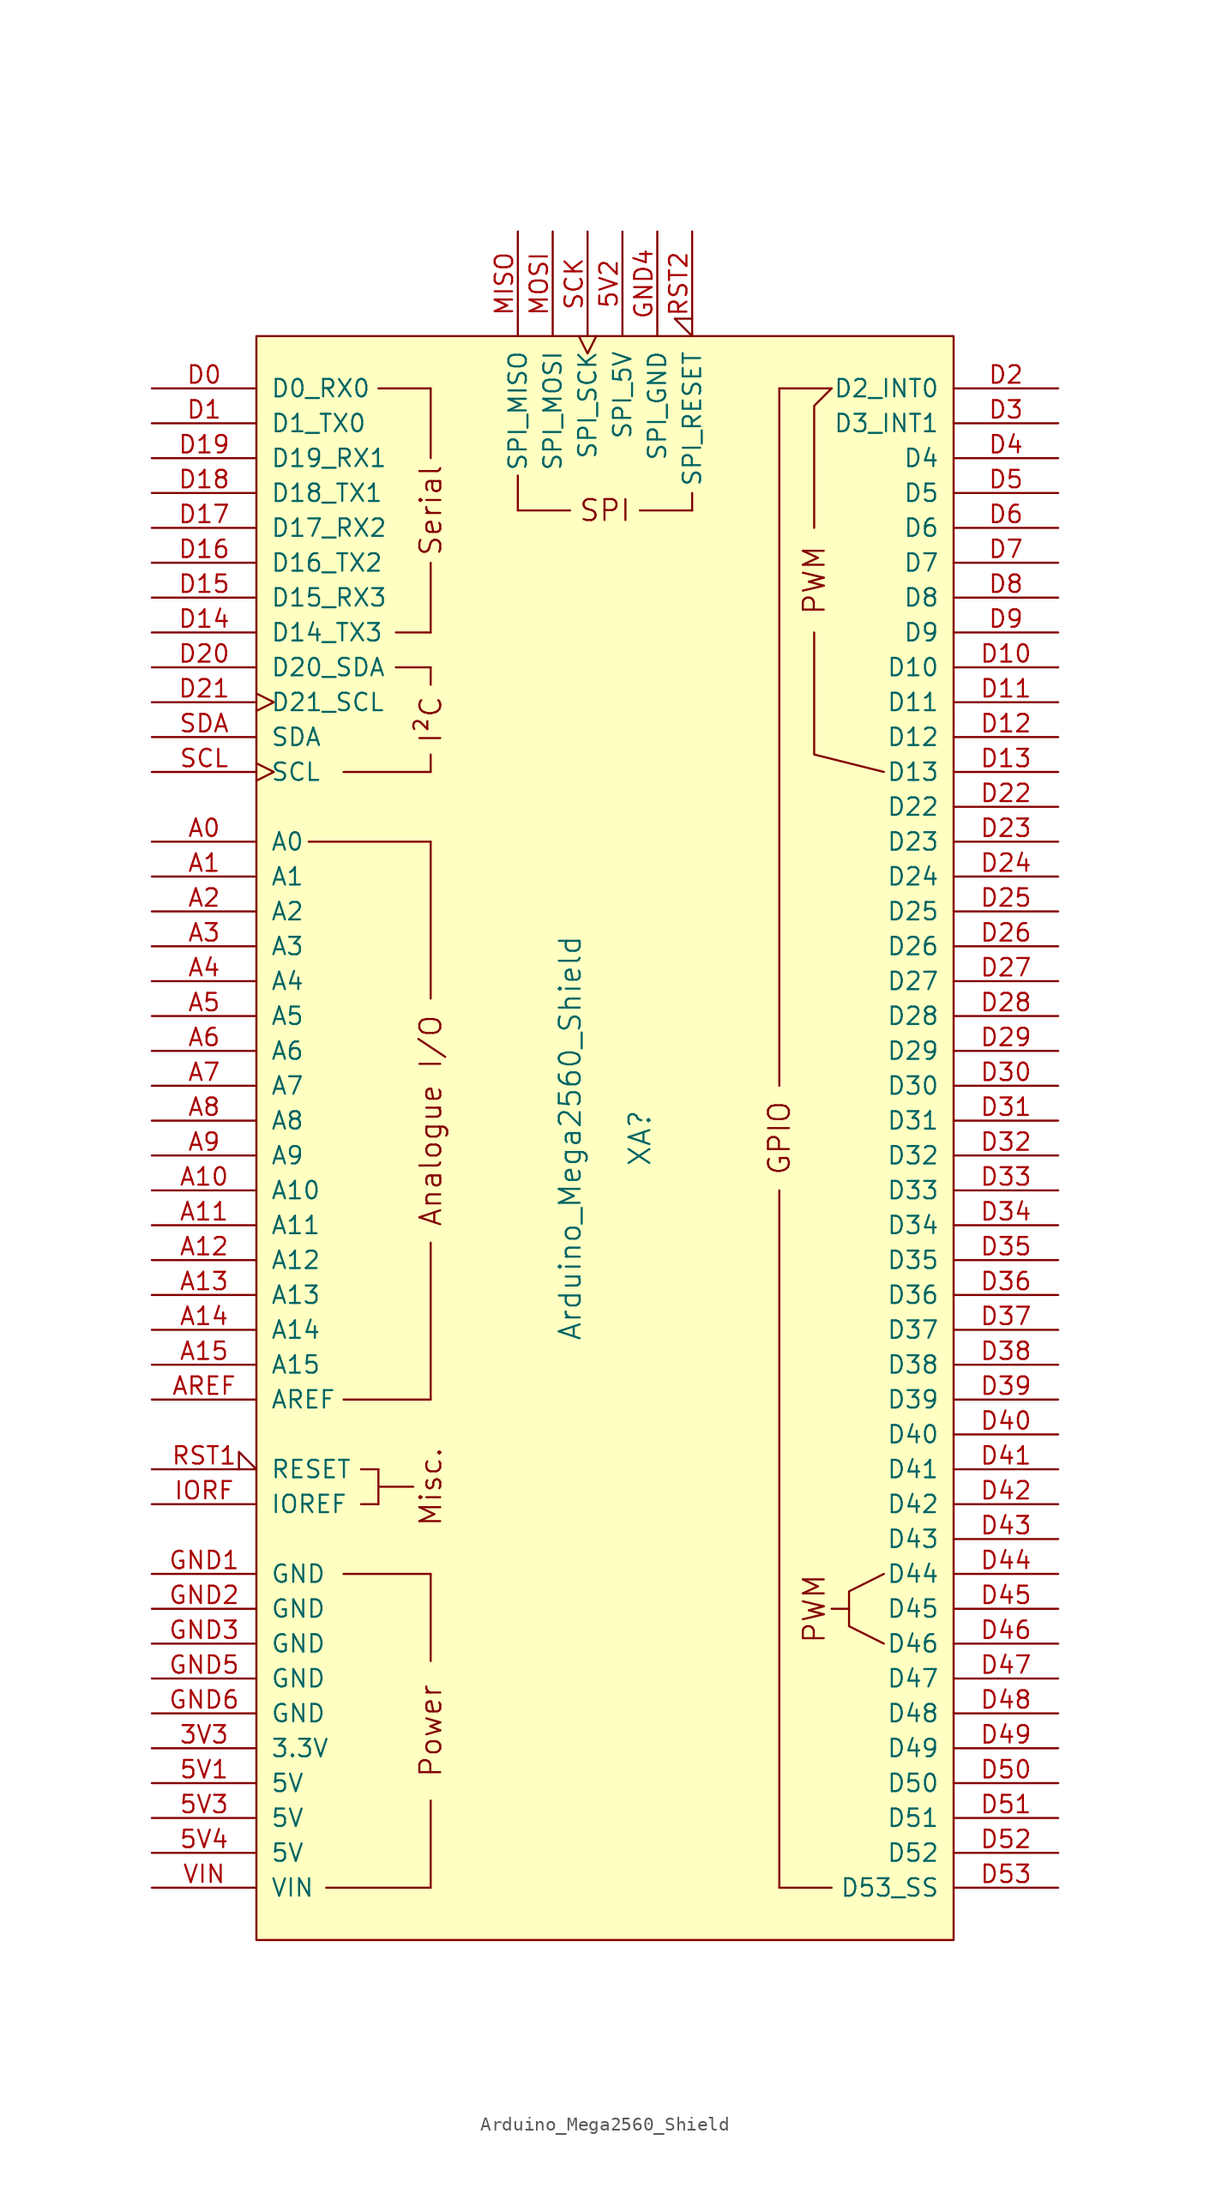
<source format=kicad_sym>
(kicad_symbol_lib
  (version 20231120)
  (generator "kicad_symbol_editor")
  (generator_version "8.0")
  (symbol "Arduino_Mega2560_Shield"
    (pin_names
      (offset 1.016))
    (property "Reference" "XA"
      (at 2.54 0 90)
      (effects (font (size 1.524 1.524))))
    (property "Value" "Arduino_Mega2560_Shield"
      (at -2.54 0 90)
      (effects (font (size 1.524 1.524))))
    (symbol "Arduino_Mega2560_Shield_0_0"
      (rectangle (start -25.4 -58.42) (end 25.4 58.42) (stroke (width 0) (type solid)) (fill (type background)))
      (rectangle (start -20.32 -54.61) (end -12.7 -54.61) (stroke (width 0) (type solid)) (fill (type none)))
      (rectangle (start -19.05 -31.75) (end -12.7 -31.75) (stroke (width 0) (type solid)) (fill (type none)))
      (rectangle (start -19.05 -19.05) (end -12.7 -19.05) (stroke (width 0) (type solid)) (fill (type none)))
      (rectangle (start -19.05 26.67) (end -12.7 26.67) (stroke (width 0) (type solid)) (fill (type none)))
      (rectangle (start -17.78 -26.67) (end -16.51 -26.67) (stroke (width 0) (type solid)) (fill (type none)))
      (rectangle (start -17.78 -24.13) (end -16.51 -24.13) (stroke (width 0) (type solid)) (fill (type none)))
      (rectangle (start -16.51 -25.4) (end -13.97 -25.4) (stroke (width 0) (type solid)) (fill (type none)))
      (rectangle (start -16.51 -24.13) (end -16.51 -26.67) (stroke (width 0) (type solid)) (fill (type none)))
      (rectangle (start -16.51 54.61) (end -12.7 54.61) (stroke (width 0) (type solid)) (fill (type none)))
      (rectangle (start -15.24 34.29) (end -12.7 34.29) (stroke (width 0) (type solid)) (fill (type none)))
      (rectangle (start -15.24 36.83) (end -12.7 36.83) (stroke (width 0) (type solid)) (fill (type none)))
      (rectangle (start -12.7 -54.61) (end -12.7 -48.26) (stroke (width 0) (type solid)) (fill (type none)))
      (rectangle (start -12.7 -31.75) (end -12.7 -38.1) (stroke (width 0) (type solid)) (fill (type none)))
      (rectangle (start -12.7 26.67) (end -12.7 27.94) (stroke (width 0) (type solid)) (fill (type none)))
      (rectangle (start -12.7 34.29) (end -12.7 33.02) (stroke (width 0) (type solid)) (fill (type none)))
      (rectangle (start -12.7 41.91) (end -12.7 36.83) (stroke (width 0) (type solid)) (fill (type none)))
      (rectangle (start -12.7 49.53) (end -12.7 54.61) (stroke (width 0) (type solid)) (fill (type none)))
      (rectangle (start -6.35 48.26) (end -6.35 45.72) (stroke (width 0) (type solid)) (fill (type none)))
      (rectangle (start -2.54 45.72) (end -6.35 45.72) (stroke (width 0) (type solid)) (fill (type none)))
      (polyline (pts (xy -21.59 21.59) (xy -12.7 21.59)) (stroke (width 0) (type solid)) (fill (type none)))
      (polyline (pts (xy -12.7 -19.05) (xy -12.7 -7.62)) (stroke (width 0) (type solid)) (fill (type none)))
      (polyline (pts (xy -12.7 10.16) (xy -12.7 21.59)) (stroke (width 0) (type solid)) (fill (type none)))
      (polyline (pts (xy 12.7 -54.61) (xy 16.51 -54.61)) (stroke (width 0) (type solid)) (fill (type none)))
      (polyline (pts (xy 12.7 54.61) (xy 16.51 54.61)) (stroke (width 0) (type solid)) (fill (type none)))
      (polyline (pts (xy 17.78 -34.29) (xy 16.51 -34.29)) (stroke (width 0) (type solid)) (fill (type none)))
      (polyline (pts (xy 15.24 36.83) (xy 15.24 27.94) (xy 20.32 26.67)) (stroke (width 0) (type solid)) (fill (type none)))
      (polyline (pts (xy 15.24 44.45) (xy 15.24 53.34) (xy 16.51 54.61)) (stroke (width 0) (type solid)) (fill (type none)))
      (polyline (pts (xy 20.32 -31.75) (xy 17.78 -33.02) (xy 17.78 -35.56) (xy 20.32 -36.83)) (stroke (width 0) (type solid)) (fill (type none)))
      (rectangle (start 6.35 45.72) (end 2.54 45.72) (stroke (width 0) (type solid)) (fill (type none)))
      (rectangle (start 6.35 46.99) (end 6.35 45.72) (stroke (width 0) (type solid)) (fill (type none)))
      (text "Analogue I/O" (at -12.7 1.27 900) (effects (font (size 1.524 1.524))))
      (text "I²C" (at -12.7 30.48 900) (effects (font (size 1.524 1.524))))
      (text "Misc." (at -12.7 -25.4 900) (effects (font (size 1.524 1.524))))
      (text "Power" (at -12.7 -43.18 900) (effects (font (size 1.524 1.524))))
      (text "PWM" (at 15.24 -34.29 900) (effects (font (size 1.524 1.524))))
      (text "PWM" (at 15.24 40.64 900) (effects (font (size 1.524 1.524))))
      (text "Serial" (at -12.7 45.72 900) (effects (font (size 1.524 1.524))))
      (text "SPI" (at 0 45.72 0) (effects (font (size 1.524 1.524)))))
    (symbol "Arduino_Mega2560_Shield_1_0"
      (rectangle (start 12.7 -54.61) (end 12.7 -3.81) (stroke (width 0) (type solid)) (fill (type none)))
      (rectangle (start 12.7 54.61) (end 12.7 3.81) (stroke (width 0) (type solid)) (fill (type none)))
      (text "GPIO" (at 12.7 0 900) (effects (font (size 1.524 1.524)))))
    (symbol "Arduino_Mega2560_Shield_1_1"
      (pin power_in line (at -33.02 -44.45 0) (length 7.62) (name "3.3V" (effects (font (size 1.27 1.27)))) (number "3V3" (effects (font (size 1.27 1.27)))))
      (pin power_in line (at -33.02 -46.99 0) (length 7.62) (name "5V" (effects (font (size 1.27 1.27)))) (number "5V1" (effects (font (size 1.27 1.27)))))
      (pin power_in line (at 1.27 66.04 270) (length 7.62) (name "SPI_5V" (effects (font (size 1.27 1.27)))) (number "5V2" (effects (font (size 1.27 1.27)))))
      (pin power_in line (at -33.02 -49.53 0) (length 7.62) (name "5V" (effects (font (size 1.27 1.27)))) (number "5V3" (effects (font (size 1.27 1.27)))))
      (pin power_in line (at -33.02 -52.07 0) (length 7.62) (name "5V" (effects (font (size 1.27 1.27)))) (number "5V4" (effects (font (size 1.27 1.27)))))
      (pin bidirectional line (at -33.02 21.59 0) (length 7.62) (name "A0" (effects (font (size 1.27 1.27)))) (number "A0" (effects (font (size 1.27 1.27)))))
      (pin bidirectional line (at -33.02 19.05 0) (length 7.62) (name "A1" (effects (font (size 1.27 1.27)))) (number "A1" (effects (font (size 1.27 1.27)))))
      (pin bidirectional line (at -33.02 -3.81 0) (length 7.62) (name "A10" (effects (font (size 1.27 1.27)))) (number "A10" (effects (font (size 1.27 1.27)))))
      (pin bidirectional line (at -33.02 -6.35 0) (length 7.62) (name "A11" (effects (font (size 1.27 1.27)))) (number "A11" (effects (font (size 1.27 1.27)))))
      (pin bidirectional line (at -33.02 -8.89 0) (length 7.62) (name "A12" (effects (font (size 1.27 1.27)))) (number "A12" (effects (font (size 1.27 1.27)))))
      (pin bidirectional line (at -33.02 -11.43 0) (length 7.62) (name "A13" (effects (font (size 1.27 1.27)))) (number "A13" (effects (font (size 1.27 1.27)))))
      (pin bidirectional line (at -33.02 -13.97 0) (length 7.62) (name "A14" (effects (font (size 1.27 1.27)))) (number "A14" (effects (font (size 1.27 1.27)))))
      (pin bidirectional line (at -33.02 -16.51 0) (length 7.62) (name "A15" (effects (font (size 1.27 1.27)))) (number "A15" (effects (font (size 1.27 1.27)))))
      (pin bidirectional line (at -33.02 16.51 0) (length 7.62) (name "A2" (effects (font (size 1.27 1.27)))) (number "A2" (effects (font (size 1.27 1.27)))))
      (pin bidirectional line (at -33.02 13.97 0) (length 7.62) (name "A3" (effects (font (size 1.27 1.27)))) (number "A3" (effects (font (size 1.27 1.27)))))
      (pin bidirectional line (at -33.02 11.43 0) (length 7.62) (name "A4" (effects (font (size 1.27 1.27)))) (number "A4" (effects (font (size 1.27 1.27)))))
      (pin bidirectional line (at -33.02 8.89 0) (length 7.62) (name "A5" (effects (font (size 1.27 1.27)))) (number "A5" (effects (font (size 1.27 1.27)))))
      (pin bidirectional line (at -33.02 6.35 0) (length 7.62) (name "A6" (effects (font (size 1.27 1.27)))) (number "A6" (effects (font (size 1.27 1.27)))))
      (pin bidirectional line (at -33.02 3.81 0) (length 7.62) (name "A7" (effects (font (size 1.27 1.27)))) (number "A7" (effects (font (size 1.27 1.27)))))
      (pin bidirectional line (at -33.02 1.27 0) (length 7.62) (name "A8" (effects (font (size 1.27 1.27)))) (number "A8" (effects (font (size 1.27 1.27)))))
      (pin bidirectional line (at -33.02 -1.27 0) (length 7.62) (name "A9" (effects (font (size 1.27 1.27)))) (number "A9" (effects (font (size 1.27 1.27)))))
      (pin input line (at -33.02 -19.05 0) (length 7.62) (name "AREF" (effects (font (size 1.27 1.27)))) (number "AREF" (effects (font (size 1.27 1.27)))))
      (pin bidirectional line (at -33.02 54.61 0) (length 7.62) (name "D0_RX0" (effects (font (size 1.27 1.27)))) (number "D0" (effects (font (size 1.27 1.27)))))
      (pin bidirectional line (at -33.02 52.07 0) (length 7.62) (name "D1_TX0" (effects (font (size 1.27 1.27)))) (number "D1" (effects (font (size 1.27 1.27)))))
      (pin bidirectional line (at 33.02 34.29 180) (length 7.62) (name "D10" (effects (font (size 1.27 1.27)))) (number "D10" (effects (font (size 1.27 1.27)))))
      (pin bidirectional line (at 33.02 31.75 180) (length 7.62) (name "D11" (effects (font (size 1.27 1.27)))) (number "D11" (effects (font (size 1.27 1.27)))))
      (pin bidirectional line (at 33.02 29.21 180) (length 7.62) (name "D12" (effects (font (size 1.27 1.27)))) (number "D12" (effects (font (size 1.27 1.27)))))
      (pin bidirectional line (at 33.02 26.67 180) (length 7.62) (name "D13" (effects (font (size 1.27 1.27)))) (number "D13" (effects (font (size 1.27 1.27)))))
      (pin bidirectional line (at -33.02 36.83 0) (length 7.62) (name "D14_TX3" (effects (font (size 1.27 1.27)))) (number "D14" (effects (font (size 1.27 1.27)))))
      (pin bidirectional line (at -33.02 39.37 0) (length 7.62) (name "D15_RX3" (effects (font (size 1.27 1.27)))) (number "D15" (effects (font (size 1.27 1.27)))))
      (pin bidirectional line (at -33.02 41.91 0) (length 7.62) (name "D16_TX2" (effects (font (size 1.27 1.27)))) (number "D16" (effects (font (size 1.27 1.27)))))
      (pin bidirectional line (at -33.02 44.45 0) (length 7.62) (name "D17_RX2" (effects (font (size 1.27 1.27)))) (number "D17" (effects (font (size 1.27 1.27)))))
      (pin bidirectional line (at -33.02 46.99 0) (length 7.62) (name "D18_TX1" (effects (font (size 1.27 1.27)))) (number "D18" (effects (font (size 1.27 1.27)))))
      (pin bidirectional line (at -33.02 49.53 0) (length 7.62) (name "D19_RX1" (effects (font (size 1.27 1.27)))) (number "D19" (effects (font (size 1.27 1.27)))))
      (pin bidirectional line (at 33.02 54.61 180) (length 7.62) (name "D2_INT0" (effects (font (size 1.27 1.27)))) (number "D2" (effects (font (size 1.27 1.27)))))
      (pin bidirectional line (at -33.02 34.29 0) (length 7.62) (name "D20_SDA" (effects (font (size 1.27 1.27)))) (number "D20" (effects (font (size 1.27 1.27)))))
      (pin bidirectional clock (at -33.02 31.75 0) (length 7.62) (name "D21_SCL" (effects (font (size 1.27 1.27)))) (number "D21" (effects (font (size 1.27 1.27)))))
      (pin bidirectional line (at 33.02 24.13 180) (length 7.62) (name "D22" (effects (font (size 1.27 1.27)))) (number "D22" (effects (font (size 1.27 1.27)))))
      (pin bidirectional line (at 33.02 21.59 180) (length 7.62) (name "D23" (effects (font (size 1.27 1.27)))) (number "D23" (effects (font (size 1.27 1.27)))))
      (pin bidirectional line (at 33.02 19.05 180) (length 7.62) (name "D24" (effects (font (size 1.27 1.27)))) (number "D24" (effects (font (size 1.27 1.27)))))
      (pin bidirectional line (at 33.02 16.51 180) (length 7.62) (name "D25" (effects (font (size 1.27 1.27)))) (number "D25" (effects (font (size 1.27 1.27)))))
      (pin bidirectional line (at 33.02 13.97 180) (length 7.62) (name "D26" (effects (font (size 1.27 1.27)))) (number "D26" (effects (font (size 1.27 1.27)))))
      (pin bidirectional line (at 33.02 11.43 180) (length 7.62) (name "D27" (effects (font (size 1.27 1.27)))) (number "D27" (effects (font (size 1.27 1.27)))))
      (pin bidirectional line (at 33.02 8.89 180) (length 7.62) (name "D28" (effects (font (size 1.27 1.27)))) (number "D28" (effects (font (size 1.27 1.27)))))
      (pin bidirectional line (at 33.02 6.35 180) (length 7.62) (name "D29" (effects (font (size 1.27 1.27)))) (number "D29" (effects (font (size 1.27 1.27)))))
      (pin bidirectional line (at 33.02 52.07 180) (length 7.62) (name "D3_INT1" (effects (font (size 1.27 1.27)))) (number "D3" (effects (font (size 1.27 1.27)))))
      (pin bidirectional line (at 33.02 3.81 180) (length 7.62) (name "D30" (effects (font (size 1.27 1.27)))) (number "D30" (effects (font (size 1.27 1.27)))))
      (pin bidirectional line (at 33.02 1.27 180) (length 7.62) (name "D31" (effects (font (size 1.27 1.27)))) (number "D31" (effects (font (size 1.27 1.27)))))
      (pin bidirectional line (at 33.02 -1.27 180) (length 7.62) (name "D32" (effects (font (size 1.27 1.27)))) (number "D32" (effects (font (size 1.27 1.27)))))
      (pin bidirectional line (at 33.02 -3.81 180) (length 7.62) (name "D33" (effects (font (size 1.27 1.27)))) (number "D33" (effects (font (size 1.27 1.27)))))
      (pin bidirectional line (at 33.02 -6.35 180) (length 7.62) (name "D34" (effects (font (size 1.27 1.27)))) (number "D34" (effects (font (size 1.27 1.27)))))
      (pin bidirectional line (at 33.02 -8.89 180) (length 7.62) (name "D35" (effects (font (size 1.27 1.27)))) (number "D35" (effects (font (size 1.27 1.27)))))
      (pin bidirectional line (at 33.02 -11.43 180) (length 7.62) (name "D36" (effects (font (size 1.27 1.27)))) (number "D36" (effects (font (size 1.27 1.27)))))
      (pin bidirectional line (at 33.02 -13.97 180) (length 7.62) (name "D37" (effects (font (size 1.27 1.27)))) (number "D37" (effects (font (size 1.27 1.27)))))
      (pin bidirectional line (at 33.02 -16.51 180) (length 7.62) (name "D38" (effects (font (size 1.27 1.27)))) (number "D38" (effects (font (size 1.27 1.27)))))
      (pin bidirectional line (at 33.02 -19.05 180) (length 7.62) (name "D39" (effects (font (size 1.27 1.27)))) (number "D39" (effects (font (size 1.27 1.27)))))
      (pin bidirectional line (at 33.02 49.53 180) (length 7.62) (name "D4" (effects (font (size 1.27 1.27)))) (number "D4" (effects (font (size 1.27 1.27)))))
      (pin bidirectional line (at 33.02 -21.59 180) (length 7.62) (name "D40" (effects (font (size 1.27 1.27)))) (number "D40" (effects (font (size 1.27 1.27)))))
      (pin bidirectional line (at 33.02 -24.13 180) (length 7.62) (name "D41" (effects (font (size 1.27 1.27)))) (number "D41" (effects (font (size 1.27 1.27)))))
      (pin bidirectional line (at 33.02 -26.67 180) (length 7.62) (name "D42" (effects (font (size 1.27 1.27)))) (number "D42" (effects (font (size 1.27 1.27)))))
      (pin bidirectional line (at 33.02 -29.21 180) (length 7.62) (name "D43" (effects (font (size 1.27 1.27)))) (number "D43" (effects (font (size 1.27 1.27)))))
      (pin bidirectional line (at 33.02 -31.75 180) (length 7.62) (name "D44" (effects (font (size 1.27 1.27)))) (number "D44" (effects (font (size 1.27 1.27)))))
      (pin bidirectional line (at 33.02 -34.29 180) (length 7.62) (name "D45" (effects (font (size 1.27 1.27)))) (number "D45" (effects (font (size 1.27 1.27)))))
      (pin bidirectional line (at 33.02 -36.83 180) (length 7.62) (name "D46" (effects (font (size 1.27 1.27)))) (number "D46" (effects (font (size 1.27 1.27)))))
      (pin bidirectional line (at 33.02 -39.37 180) (length 7.62) (name "D47" (effects (font (size 1.27 1.27)))) (number "D47" (effects (font (size 1.27 1.27)))))
      (pin bidirectional line (at 33.02 -41.91 180) (length 7.62) (name "D48" (effects (font (size 1.27 1.27)))) (number "D48" (effects (font (size 1.27 1.27)))))
      (pin bidirectional line (at 33.02 -44.45 180) (length 7.62) (name "D49" (effects (font (size 1.27 1.27)))) (number "D49" (effects (font (size 1.27 1.27)))))
      (pin bidirectional line (at 33.02 46.99 180) (length 7.62) (name "D5" (effects (font (size 1.27 1.27)))) (number "D5" (effects (font (size 1.27 1.27)))))
      (pin bidirectional line (at 33.02 -46.99 180) (length 7.62) (name "D50" (effects (font (size 1.27 1.27)))) (number "D50" (effects (font (size 1.27 1.27)))))
      (pin bidirectional line (at 33.02 -49.53 180) (length 7.62) (name "D51" (effects (font (size 1.27 1.27)))) (number "D51" (effects (font (size 1.27 1.27)))))
      (pin bidirectional line (at 33.02 -52.07 180) (length 7.62) (name "D52" (effects (font (size 1.27 1.27)))) (number "D52" (effects (font (size 1.27 1.27)))))
      (pin bidirectional line (at 33.02 -54.61 180) (length 7.62) (name "D53_SS" (effects (font (size 1.27 1.27)))) (number "D53" (effects (font (size 1.27 1.27)))))
      (pin bidirectional line (at 33.02 44.45 180) (length 7.62) (name "D6" (effects (font (size 1.27 1.27)))) (number "D6" (effects (font (size 1.27 1.27)))))
      (pin bidirectional line (at 33.02 41.91 180) (length 7.62) (name "D7" (effects (font (size 1.27 1.27)))) (number "D7" (effects (font (size 1.27 1.27)))))
      (pin bidirectional line (at 33.02 39.37 180) (length 7.62) (name "D8" (effects (font (size 1.27 1.27)))) (number "D8" (effects (font (size 1.27 1.27)))))
      (pin bidirectional line (at 33.02 36.83 180) (length 7.62) (name "D9" (effects (font (size 1.27 1.27)))) (number "D9" (effects (font (size 1.27 1.27)))))
      (pin power_in line (at -33.02 -31.75 0) (length 7.62) (name "GND" (effects (font (size 1.27 1.27)))) (number "GND1" (effects (font (size 1.27 1.27)))))
      (pin power_in line (at -33.02 -34.29 0) (length 7.62) (name "GND" (effects (font (size 1.27 1.27)))) (number "GND2" (effects (font (size 1.27 1.27)))))
      (pin power_in line (at -33.02 -36.83 0) (length 7.62) (name "GND" (effects (font (size 1.27 1.27)))) (number "GND3" (effects (font (size 1.27 1.27)))))
      (pin power_in line (at 3.81 66.04 270) (length 7.62) (name "SPI_GND" (effects (font (size 1.27 1.27)))) (number "GND4" (effects (font (size 1.27 1.27)))))
      (pin power_in line (at -33.02 -39.37 0) (length 7.62) (name "GND" (effects (font (size 1.27 1.27)))) (number "GND5" (effects (font (size 1.27 1.27)))))
      (pin power_in line (at -33.02 -41.91 0) (length 7.62) (name "GND" (effects (font (size 1.27 1.27)))) (number "GND6" (effects (font (size 1.27 1.27)))))
      (pin output line (at -33.02 -26.67 0) (length 7.62) (name "IOREF" (effects (font (size 1.27 1.27)))) (number "IORF" (effects (font (size 1.27 1.27)))))
      (pin input line (at -6.35 66.04 270) (length 7.62) (name "SPI_MISO" (effects (font (size 1.27 1.27)))) (number "MISO" (effects (font (size 1.27 1.27)))))
      (pin output line (at -3.81 66.04 270) (length 7.62) (name "SPI_MOSI" (effects (font (size 1.27 1.27)))) (number "MOSI" (effects (font (size 1.27 1.27)))))
      (pin open_collector input_low (at -33.02 -24.13 0) (length 7.62) (name "RESET" (effects (font (size 1.27 1.27)))) (number "RST1" (effects (font (size 1.27 1.27)))))
      (pin open_collector input_low (at 6.35 66.04 270) (length 7.62) (name "SPI_RESET" (effects (font (size 1.27 1.27)))) (number "RST2" (effects (font (size 1.27 1.27)))))
      (pin output clock (at -1.27 66.04 270) (length 7.62) (name "SPI_SCK" (effects (font (size 1.27 1.27)))) (number "SCK" (effects (font (size 1.27 1.27)))))
      (pin bidirectional clock (at -33.02 26.67 0) (length 7.62) (name "SCL" (effects (font (size 1.27 1.27)))) (number "SCL" (effects (font (size 1.27 1.27)))))
      (pin bidirectional line (at -33.02 29.21 0) (length 7.62) (name "SDA" (effects (font (size 1.27 1.27)))) (number "SDA" (effects (font (size 1.27 1.27)))))
      (pin power_in line (at -33.02 -54.61 0) (length 7.62) (name "VIN" (effects (font (size 1.27 1.27)))) (number "VIN" (effects (font (size 1.27 1.27))))))))
</source>
